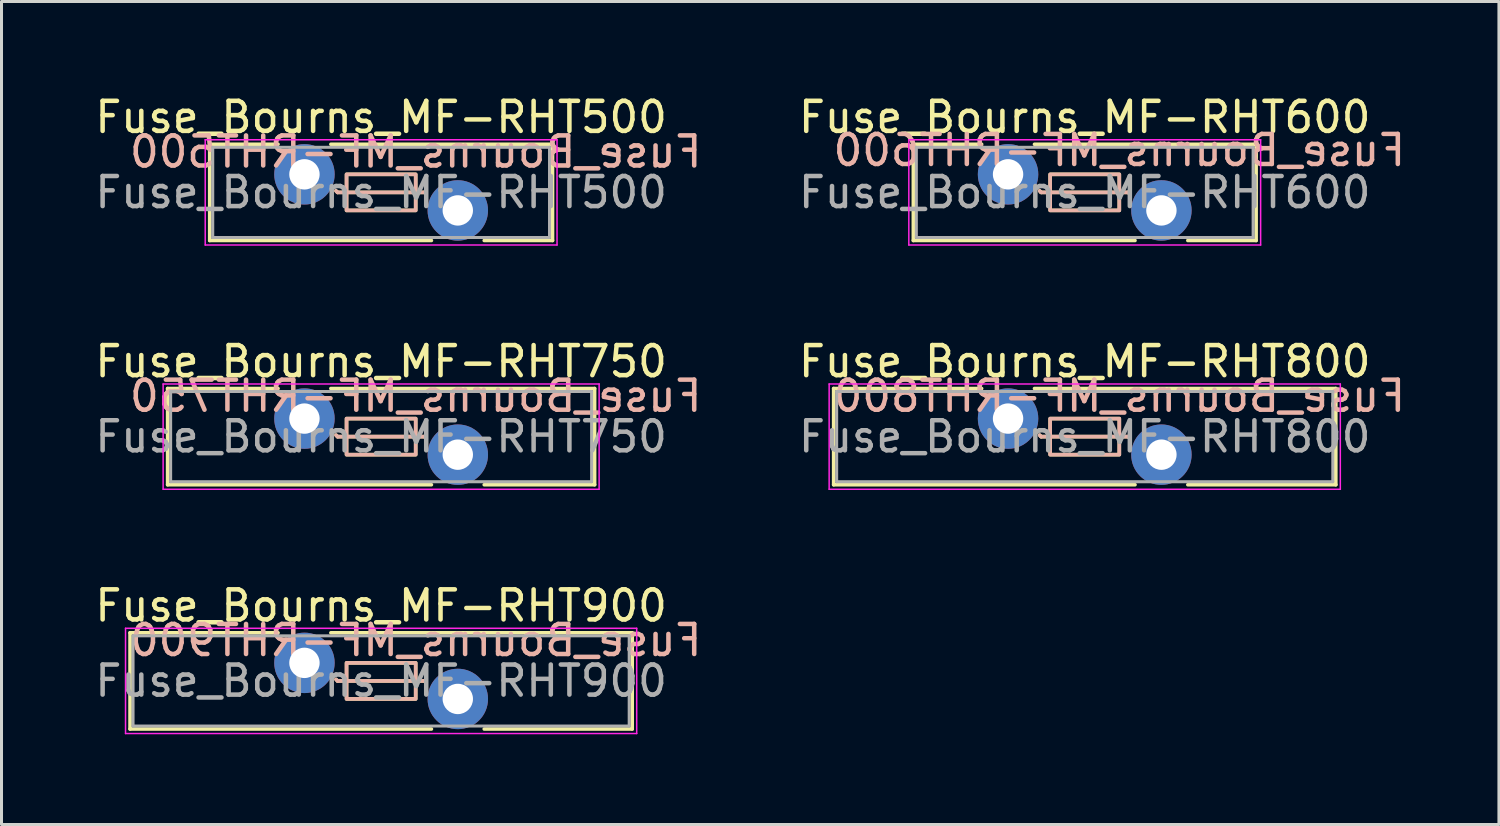
<source format=kicad_pcb>
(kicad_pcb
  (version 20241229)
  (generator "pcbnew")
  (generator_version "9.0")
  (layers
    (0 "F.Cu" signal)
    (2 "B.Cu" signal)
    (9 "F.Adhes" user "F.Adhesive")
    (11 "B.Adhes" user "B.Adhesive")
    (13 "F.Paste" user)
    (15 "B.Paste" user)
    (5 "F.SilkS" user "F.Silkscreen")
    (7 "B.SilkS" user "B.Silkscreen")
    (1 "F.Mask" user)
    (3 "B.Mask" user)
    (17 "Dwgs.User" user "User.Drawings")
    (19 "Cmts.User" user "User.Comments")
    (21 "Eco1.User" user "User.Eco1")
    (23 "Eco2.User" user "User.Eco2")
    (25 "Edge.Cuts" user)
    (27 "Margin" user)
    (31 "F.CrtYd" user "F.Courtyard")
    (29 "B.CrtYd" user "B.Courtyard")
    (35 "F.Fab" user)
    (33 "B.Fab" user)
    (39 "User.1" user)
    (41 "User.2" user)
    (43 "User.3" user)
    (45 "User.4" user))
  (footprint "Fuse_Bourns_MF-RHT900"
    (layer "F.Cu")
    (at 7.075 18.995)
    (property "Reference" "Fuse_Bourns_MF-RHT900" (at 2.55 -1.9 0) (layer "F.SilkS") (effects (font (size 1 1) (thickness 0.15))))
    (fp_line (start -5.8 -1) (end -5.8 2.2) (stroke (width 0.12) (type solid)) (layer "F.SilkS"))
    (fp_line (start -5.8 -1) (end -0.879 -1) (stroke (width 0.12) (type solid)) (layer "F.SilkS"))
    (fp_line (start -5.8 2.2) (end 4.222 2.2) (stroke (width 0.12) (type solid)) (layer "F.SilkS"))
    (fp_line (start 0.879 -1) (end 10.9 -1) (stroke (width 0.12) (type solid)) (layer "F.SilkS"))
    (fp_line (start 1.1 0.6) (end 1.05 0.55) (stroke (width 0.12) (type solid)) (layer "F.SilkS"))
    (fp_line (start 4 0.6) (end 1.1 0.6) (stroke (width 0.12) (type solid)) (layer "F.SilkS"))
    (fp_line (start 4 0.6) (end 4.05 0.65) (stroke (width 0.12) (type solid)) (layer "F.SilkS"))
    (fp_line (start 5.979 2.2) (end 10.9 2.2) (stroke (width 0.12) (type solid)) (layer "F.SilkS"))
    (fp_line (start 10.9 -1) (end 10.9 2.2) (stroke (width 0.12) (type solid)) (layer "F.SilkS"))
    (fp_rect (start 1.4 0) (end 3.7 1.2) (stroke (width 0.12) (type solid)) (fill no) (layer "F.SilkS"))
    (fp_line (start 1.05 0.55) (end 1.1 0.6) (stroke (width 0.12) (type solid)) (layer "B.SilkS"))
    (fp_line (start 1.1 0.6) (end 4 0.6) (stroke (width 0.12) (type solid)) (layer "B.SilkS"))
    (fp_line (start 4 0.6) (end 4.05 0.65) (stroke (width 0.12) (type solid)) (layer "B.SilkS"))
    (fp_rect (start 3.7 0) (end 1.4 1.2) (stroke (width 0.12) (type solid)) (fill no) (layer "B.SilkS"))
    (fp_line (start -5.95 -1.15) (end -5.95 2.35) (stroke (width 0.05) (type solid)) (layer "F.CrtYd"))
    (fp_line (start -5.95 2.35) (end 11.05 2.35) (stroke (width 0.05) (type solid)) (layer "F.CrtYd"))
    (fp_line (start 11.05 -1.15) (end -5.95 -1.15) (stroke (width 0.05) (type solid)) (layer "F.CrtYd"))
    (fp_line (start 11.05 2.35) (end 11.05 -1.15) (stroke (width 0.05) (type solid)) (layer "F.CrtYd"))
    (fp_line (start -5.7 -0.9) (end -5.7 2.1) (stroke (width 0.1) (type solid)) (layer "F.Fab"))
    (fp_line (start -5.7 2.1) (end 10.8 2.1) (stroke (width 0.1) (type solid)) (layer "F.Fab"))
    (fp_line (start 10.8 -0.9) (end -5.7 -0.9) (stroke (width 0.1) (type solid)) (layer "F.Fab"))
    (fp_line (start 10.8 2.1) (end 10.8 -0.9) (stroke (width 0.1) (type solid)) (layer "F.Fab"))
    (fp_text user "${REFERENCE}" (at 3.7 -0.75 0) (layer "B.SilkS") (effects (font (size 1 1) (thickness 0.15)) (justify mirror)))
    (fp_text user "${REFERENCE}" (at 2.55 0.6 0) (layer "F.Fab") (effects (font (size 1 1) (thickness 0.15))))
    (pad "1" thru_hole circle (at 0 0) (size 2.01 2.01) (drill 1.01) (layers "*.Cu" "*.Mask"))
    (pad "2" thru_hole circle (at 5.1 1.2) (size 2.01 2.01) (drill 1.01) (layers "*.Cu" "*.Mask")))
  (footprint "Fuse_Bourns_MF-RHT750"
    (layer "F.Cu")
    (at 7.075 10.871)
    (property "Reference" "Fuse_Bourns_MF-RHT750" (at 2.55 -1.9 0) (layer "F.SilkS") (effects (font (size 1 1) (thickness 0.15))))
    (fp_line (start -4.55 -1) (end -4.55 2.2) (stroke (width 0.12) (type solid)) (layer "F.SilkS"))
    (fp_line (start -4.55 -1) (end -0.879 -1) (stroke (width 0.12) (type solid)) (layer "F.SilkS"))
    (fp_line (start -4.55 2.2) (end 4.222 2.2) (stroke (width 0.12) (type solid)) (layer "F.SilkS"))
    (fp_line (start 0.879 -1) (end 9.65 -1) (stroke (width 0.12) (type solid)) (layer "F.SilkS"))
    (fp_line (start 1.1 0.6) (end 1.05 0.55) (stroke (width 0.12) (type solid)) (layer "F.SilkS"))
    (fp_line (start 4 0.6) (end 1.1 0.6) (stroke (width 0.12) (type solid)) (layer "F.SilkS"))
    (fp_line (start 4 0.6) (end 4.05 0.65) (stroke (width 0.12) (type solid)) (layer "F.SilkS"))
    (fp_line (start 5.979 2.2) (end 9.65 2.2) (stroke (width 0.12) (type solid)) (layer "F.SilkS"))
    (fp_line (start 9.65 -1) (end 9.65 2.2) (stroke (width 0.12) (type solid)) (layer "F.SilkS"))
    (fp_rect (start 1.4 0) (end 3.7 1.2) (stroke (width 0.12) (type solid)) (fill no) (layer "F.SilkS"))
    (fp_line (start 1.05 0.55) (end 1.1 0.6) (stroke (width 0.12) (type solid)) (layer "B.SilkS"))
    (fp_line (start 1.1 0.6) (end 4 0.6) (stroke (width 0.12) (type solid)) (layer "B.SilkS"))
    (fp_line (start 4 0.6) (end 4.05 0.65) (stroke (width 0.12) (type solid)) (layer "B.SilkS"))
    (fp_rect (start 1.4 0) (end 3.7 1.2) (stroke (width 0.12) (type solid)) (fill no) (layer "B.SilkS"))
    (fp_line (start -4.7 -1.15) (end -4.7 2.35) (stroke (width 0.05) (type solid)) (layer "F.CrtYd"))
    (fp_line (start -4.7 2.35) (end 9.8 2.35) (stroke (width 0.05) (type solid)) (layer "F.CrtYd"))
    (fp_line (start 9.8 -1.15) (end -4.7 -1.15) (stroke (width 0.05) (type solid)) (layer "F.CrtYd"))
    (fp_line (start 9.8 2.35) (end 9.8 -1.15) (stroke (width 0.05) (type solid)) (layer "F.CrtYd"))
    (fp_line (start -4.45 -0.9) (end -4.45 2.1) (stroke (width 0.1) (type solid)) (layer "F.Fab"))
    (fp_line (start -4.45 2.1) (end 9.55 2.1) (stroke (width 0.1) (type solid)) (layer "F.Fab"))
    (fp_line (start 9.55 -0.9) (end -4.45 -0.9) (stroke (width 0.1) (type solid)) (layer "F.Fab"))
    (fp_line (start 9.55 2.1) (end 9.55 -0.9) (stroke (width 0.1) (type solid)) (layer "F.Fab"))
    (fp_text user "${REFERENCE}" (at 3.7 -0.75 0) (layer "B.SilkS") (effects (font (size 1 1) (thickness 0.15)) (justify mirror)))
    (fp_text user "${REFERENCE}" (at 2.55 0.6 0) (layer "F.Fab") (effects (font (size 1 1) (thickness 0.15))))
    (pad "1" thru_hole circle (at 0 0) (size 2.01 2.01) (drill 1.01) (layers "*.Cu" "*.Mask"))
    (pad "2" thru_hole circle (at 5.1 1.2) (size 2.01 2.01) (drill 1.01) (layers "*.Cu" "*.Mask")))
  (footprint "Fuse_Bourns_MF-RHT500"
    (layer "F.Cu")
    (at 7.075 2.748)
    (property "Reference" "Fuse_Bourns_MF-RHT500" (at 2.55 -1.9 0) (layer "F.SilkS") (effects (font (size 1 1) (thickness 0.15))))
    (fp_line (start -3.15 -1) (end -3.15 2.2) (stroke (width 0.12) (type solid)) (layer "F.SilkS"))
    (fp_line (start -3.15 -1) (end -0.879 -1) (stroke (width 0.12) (type solid)) (layer "F.SilkS"))
    (fp_line (start -3.15 2.2) (end 4.222 2.2) (stroke (width 0.12) (type solid)) (layer "F.SilkS"))
    (fp_line (start 0.879 -1) (end 8.25 -1) (stroke (width 0.12) (type solid)) (layer "F.SilkS"))
    (fp_line (start 1.1 0.6) (end 1.05 0.55) (stroke (width 0.12) (type solid)) (layer "F.SilkS"))
    (fp_line (start 4 0.6) (end 1.1 0.6) (stroke (width 0.12) (type solid)) (layer "F.SilkS"))
    (fp_line (start 4 0.6) (end 4.05 0.65) (stroke (width 0.12) (type solid)) (layer "F.SilkS"))
    (fp_line (start 5.979 2.2) (end 8.25 2.2) (stroke (width 0.12) (type solid)) (layer "F.SilkS"))
    (fp_line (start 8.25 -1) (end 8.25 2.2) (stroke (width 0.12) (type solid)) (layer "F.SilkS"))
    (fp_rect (start 1.4 0) (end 3.7 1.2) (stroke (width 0.12) (type solid)) (fill no) (layer "F.SilkS"))
    (fp_line (start 1.05 0.55) (end 1.1 0.6) (stroke (width 0.12) (type solid)) (layer "B.SilkS"))
    (fp_line (start 1.1 0.6) (end 4 0.6) (stroke (width 0.12) (type solid)) (layer "B.SilkS"))
    (fp_line (start 4 0.6) (end 4.05 0.65) (stroke (width 0.12) (type solid)) (layer "B.SilkS"))
    (fp_rect (start 1.4 0) (end 3.7 1.2) (stroke (width 0.12) (type solid)) (fill no) (layer "B.SilkS"))
    (fp_line (start -3.3 -1.15) (end -3.3 2.35) (stroke (width 0.05) (type solid)) (layer "F.CrtYd"))
    (fp_line (start -3.3 2.35) (end 8.4 2.35) (stroke (width 0.05) (type solid)) (layer "F.CrtYd"))
    (fp_line (start 8.4 -1.15) (end -3.3 -1.15) (stroke (width 0.05) (type solid)) (layer "F.CrtYd"))
    (fp_line (start 8.4 2.35) (end 8.4 -1.15) (stroke (width 0.05) (type solid)) (layer "F.CrtYd"))
    (fp_line (start -3.05 -0.9) (end -3.05 2.1) (stroke (width 0.1) (type solid)) (layer "F.Fab"))
    (fp_line (start -3.05 2.1) (end 8.15 2.1) (stroke (width 0.1) (type solid)) (layer "F.Fab"))
    (fp_line (start 8.15 -0.9) (end -3.05 -0.9) (stroke (width 0.1) (type solid)) (layer "F.Fab"))
    (fp_line (start 8.15 2.1) (end 8.15 -0.9) (stroke (width 0.1) (type solid)) (layer "F.Fab"))
    (fp_text user "${REFERENCE}" (at 3.7 -0.75 0) (layer "B.SilkS") (effects (font (size 1 1) (thickness 0.15)) (justify mirror)))
    (fp_text user "${REFERENCE}" (at 2.55 0.6 0) (layer "F.Fab") (effects (font (size 1 1) (thickness 0.15))))
    (pad "1" thru_hole circle (at 0 0) (size 2.01 2.01) (drill 1.01) (layers "*.Cu" "*.Mask"))
    (pad "2" thru_hole circle (at 5.1 1.2) (size 2.01 2.01) (drill 1.01) (layers "*.Cu" "*.Mask")))
  (footprint "Fuse_Bourns_MF-RHT800"
    (layer "F.Cu")
    (at 30.475 10.871)
    (property "Reference" "Fuse_Bourns_MF-RHT800" (at 2.55 -1.9 0) (layer "F.SilkS") (effects (font (size 1 1) (thickness 0.15))))
    (fp_line (start -5.8 -1) (end -5.8 2.2) (stroke (width 0.12) (type solid)) (layer "F.SilkS"))
    (fp_line (start -5.8 -1) (end -0.879 -1) (stroke (width 0.12) (type solid)) (layer "F.SilkS"))
    (fp_line (start -5.8 2.2) (end 4.222 2.2) (stroke (width 0.12) (type solid)) (layer "F.SilkS"))
    (fp_line (start 0.879 -1) (end 10.9 -1) (stroke (width 0.12) (type solid)) (layer "F.SilkS"))
    (fp_line (start 1.1 0.6) (end 1.05 0.55) (stroke (width 0.12) (type solid)) (layer "F.SilkS"))
    (fp_line (start 4 0.6) (end 1.1 0.6) (stroke (width 0.12) (type solid)) (layer "F.SilkS"))
    (fp_line (start 4 0.6) (end 4.05 0.65) (stroke (width 0.12) (type solid)) (layer "F.SilkS"))
    (fp_line (start 5.979 2.2) (end 10.9 2.2) (stroke (width 0.12) (type solid)) (layer "F.SilkS"))
    (fp_line (start 10.9 -1) (end 10.9 2.2) (stroke (width 0.12) (type solid)) (layer "F.SilkS"))
    (fp_rect (start 1.4 0) (end 3.7 1.2) (stroke (width 0.12) (type solid)) (fill no) (layer "F.SilkS"))
    (fp_line (start 1.05 0.55) (end 1.1 0.6) (stroke (width 0.12) (type solid)) (layer "B.SilkS"))
    (fp_line (start 1.1 0.6) (end 4 0.6) (stroke (width 0.12) (type solid)) (layer "B.SilkS"))
    (fp_line (start 4 0.6) (end 4.05 0.65) (stroke (width 0.12) (type solid)) (layer "B.SilkS"))
    (fp_rect (start 1.4 0) (end 3.7 1.2) (stroke (width 0.12) (type solid)) (fill no) (layer "B.SilkS"))
    (fp_line (start -5.95 -1.15) (end -5.95 2.35) (stroke (width 0.05) (type solid)) (layer "F.CrtYd"))
    (fp_line (start -5.95 2.35) (end 11.05 2.35) (stroke (width 0.05) (type solid)) (layer "F.CrtYd"))
    (fp_line (start 11.05 -1.15) (end -5.95 -1.15) (stroke (width 0.05) (type solid)) (layer "F.CrtYd"))
    (fp_line (start 11.05 2.35) (end 11.05 -1.15) (stroke (width 0.05) (type solid)) (layer "F.CrtYd"))
    (fp_line (start -5.7 -0.9) (end -5.7 2.1) (stroke (width 0.1) (type solid)) (layer "F.Fab"))
    (fp_line (start -5.7 2.1) (end 10.8 2.1) (stroke (width 0.1) (type solid)) (layer "F.Fab"))
    (fp_line (start 10.8 -0.9) (end -5.7 -0.9) (stroke (width 0.1) (type solid)) (layer "F.Fab"))
    (fp_line (start 10.8 2.1) (end 10.8 -0.9) (stroke (width 0.1) (type solid)) (layer "F.Fab"))
    (fp_text user "${REFERENCE}" (at 3.7 -0.75 0) (layer "B.SilkS") (effects (font (size 1 1) (thickness 0.15)) (justify mirror)))
    (fp_text user "${REFERENCE}" (at 2.55 0.6 0) (layer "F.Fab") (effects (font (size 1 1) (thickness 0.15))))
    (pad "1" thru_hole circle (at 0 0) (size 2.01 2.01) (drill 1.01) (layers "*.Cu" "*.Mask"))
    (pad "2" thru_hole circle (at 5.1 1.2) (size 2.01 2.01) (drill 1.01) (layers "*.Cu" "*.Mask")))
  (footprint "Fuse_Bourns_MF-RHT600"
    (layer "F.Cu")
    (at 30.475 2.748)
    (property "Reference" "Fuse_Bourns_MF-RHT600" (at 2.55 -1.9 0) (layer "F.SilkS") (effects (font (size 1 1) (thickness 0.15))))
    (fp_line (start -3.15 -1) (end -3.15 2.2) (stroke (width 0.12) (type solid)) (layer "F.SilkS"))
    (fp_line (start -3.15 -1) (end -0.879 -1) (stroke (width 0.12) (type solid)) (layer "F.SilkS"))
    (fp_line (start -3.15 2.2) (end 4.222 2.2) (stroke (width 0.12) (type solid)) (layer "F.SilkS"))
    (fp_line (start 0.879 -1) (end 8.25 -1) (stroke (width 0.12) (type solid)) (layer "F.SilkS"))
    (fp_line (start 1.1 0.6) (end 1.05 0.55) (stroke (width 0.12) (type solid)) (layer "F.SilkS"))
    (fp_line (start 4 0.6) (end 1.1 0.6) (stroke (width 0.12) (type solid)) (layer "F.SilkS"))
    (fp_line (start 4 0.6) (end 4.05 0.65) (stroke (width 0.12) (type solid)) (layer "F.SilkS"))
    (fp_line (start 5.979 2.2) (end 8.25 2.2) (stroke (width 0.12) (type solid)) (layer "F.SilkS"))
    (fp_line (start 8.25 -1) (end 8.25 2.2) (stroke (width 0.12) (type solid)) (layer "F.SilkS"))
    (fp_rect (start 1.4 0) (end 3.7 1.2) (stroke (width 0.12) (type solid)) (fill no) (layer "F.SilkS"))
    (fp_line (start 1.05 0.55) (end 1.1 0.6) (stroke (width 0.12) (type solid)) (layer "B.SilkS"))
    (fp_line (start 1.1 0.6) (end 4 0.6) (stroke (width 0.12) (type solid)) (layer "B.SilkS"))
    (fp_line (start 4 0.6) (end 4.05 0.65) (stroke (width 0.12) (type solid)) (layer "B.SilkS"))
    (fp_rect (start 3.7 0) (end 1.4 1.2) (stroke (width 0.12) (type solid)) (fill no) (layer "B.SilkS"))
    (fp_line (start -3.3 -1.15) (end -3.3 2.35) (stroke (width 0.05) (type solid)) (layer "F.CrtYd"))
    (fp_line (start -3.3 2.35) (end 8.4 2.35) (stroke (width 0.05) (type solid)) (layer "F.CrtYd"))
    (fp_line (start 8.4 -1.15) (end -3.3 -1.15) (stroke (width 0.05) (type solid)) (layer "F.CrtYd"))
    (fp_line (start 8.4 2.35) (end 8.4 -1.15) (stroke (width 0.05) (type solid)) (layer "F.CrtYd"))
    (fp_line (start -3.05 -0.9) (end -3.05 2.1) (stroke (width 0.1) (type solid)) (layer "F.Fab"))
    (fp_line (start -3.05 2.1) (end 8.15 2.1) (stroke (width 0.1) (type solid)) (layer "F.Fab"))
    (fp_line (start 8.15 -0.9) (end -3.05 -0.9) (stroke (width 0.1) (type solid)) (layer "F.Fab"))
    (fp_line (start 8.15 2.1) (end 8.15 -0.9) (stroke (width 0.1) (type solid)) (layer "F.Fab"))
    (fp_text user "${REFERENCE}" (at 3.7 -0.8 0) (layer "B.SilkS") (effects (font (size 1 1) (thickness 0.15)) (justify mirror)))
    (fp_text user "${REFERENCE}" (at 2.55 0.6 0) (layer "F.Fab") (effects (font (size 1 1) (thickness 0.15))))
    (pad "1" thru_hole circle (at 0 0) (size 2.01 2.01) (drill 1.01) (layers "*.Cu" "*.Mask"))
    (pad "2" thru_hole circle (at 5.1 1.2) (size 2.01 2.01) (drill 1.01) (layers "*.Cu" "*.Mask")))
  (gr_rect
    (start -3 -3)
    (end 46.8 24.37)
    (stroke (width 0.1) (type default))
    (fill no)
    (layer "Edge.Cuts")))
</source>
